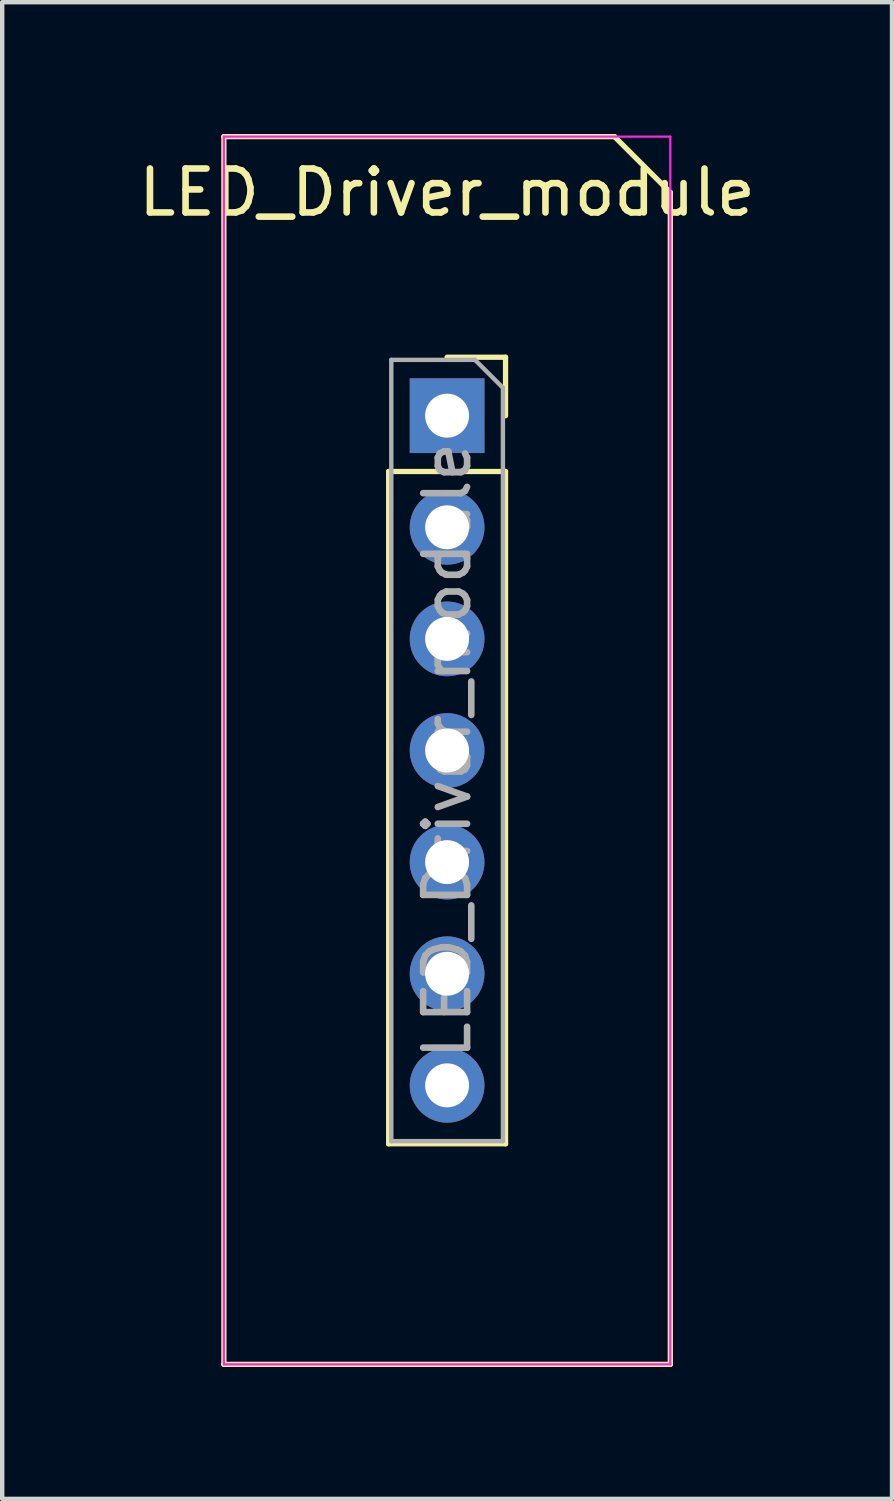
<source format=kicad_pcb>
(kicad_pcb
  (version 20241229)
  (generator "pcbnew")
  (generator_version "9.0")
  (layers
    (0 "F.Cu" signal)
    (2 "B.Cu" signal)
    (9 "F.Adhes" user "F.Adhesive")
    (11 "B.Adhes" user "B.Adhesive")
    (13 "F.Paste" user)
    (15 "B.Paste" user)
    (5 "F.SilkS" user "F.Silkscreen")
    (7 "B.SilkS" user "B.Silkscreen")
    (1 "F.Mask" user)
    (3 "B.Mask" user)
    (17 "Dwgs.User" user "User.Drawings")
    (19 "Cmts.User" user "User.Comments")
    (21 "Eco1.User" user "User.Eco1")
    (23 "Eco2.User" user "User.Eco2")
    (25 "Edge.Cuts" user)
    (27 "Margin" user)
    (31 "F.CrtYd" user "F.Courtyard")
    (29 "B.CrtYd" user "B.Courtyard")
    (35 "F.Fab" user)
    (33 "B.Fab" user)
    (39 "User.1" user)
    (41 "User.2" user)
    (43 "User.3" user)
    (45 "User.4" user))
  (footprint "LED_Driver_module"
    (layer "F.Cu")
    (at 7.125 6.41)
    (property "Reference" "LED_Driver_module" (at 0 -5.08 0) (layer "F.SilkS") (effects (font (size 1 1) (thickness 0.15))))
    (attr through_hole)
    (fp_line (start -5.08 -6.35) (end -5.08 21.59) (stroke (width 0.12) (type solid)) (layer "F.SilkS"))
    (fp_line (start -5.08 21.59) (end 5.08 21.59) (stroke (width 0.12) (type solid)) (layer "F.SilkS"))
    (fp_line (start -1.33 1.27) (end -1.33 16.57) (stroke (width 0.12) (type solid)) (layer "F.SilkS"))
    (fp_line (start -1.33 1.27) (end 1.33 1.27) (stroke (width 0.12) (type solid)) (layer "F.SilkS"))
    (fp_line (start -1.33 16.57) (end 1.33 16.57) (stroke (width 0.12) (type solid)) (layer "F.SilkS"))
    (fp_line (start 0 -1.33) (end 1.33 -1.33) (stroke (width 0.12) (type solid)) (layer "F.SilkS"))
    (fp_line (start 1.33 -1.33) (end 1.33 0) (stroke (width 0.12) (type solid)) (layer "F.SilkS"))
    (fp_line (start 1.33 1.27) (end 1.33 16.57) (stroke (width 0.12) (type solid)) (layer "F.SilkS"))
    (fp_line (start 3.81 -6.35) (end -5.08 -6.35) (stroke (width 0.12) (type solid)) (layer "F.SilkS"))
    (fp_line (start 5.08 -5.08) (end 3.81 -6.35) (stroke (width 0.12) (type solid)) (layer "F.SilkS"))
    (fp_line (start 5.08 21.59) (end 5.08 -5.08) (stroke (width 0.12) (type solid)) (layer "F.SilkS"))
    (fp_line (start -5.08 -6.35) (end 5.08 -6.35) (stroke (width 0.05) (type solid)) (layer "F.CrtYd"))
    (fp_line (start -5.08 21.59) (end -5.08 -6.35) (stroke (width 0.05) (type solid)) (layer "F.CrtYd"))
    (fp_line (start 5.08 -6.35) (end 5.08 21.59) (stroke (width 0.05) (type solid)) (layer "F.CrtYd"))
    (fp_line (start 5.08 21.59) (end -5.08 21.59) (stroke (width 0.05) (type solid)) (layer "F.CrtYd"))
    (fp_line (start -1.27 -1.27) (end 0.635 -1.27) (stroke (width 0.1) (type solid)) (layer "F.Fab"))
    (fp_line (start -1.27 16.51) (end -1.27 -1.27) (stroke (width 0.1) (type solid)) (layer "F.Fab"))
    (fp_line (start 0.635 -1.27) (end 1.27 -0.635) (stroke (width 0.1) (type solid)) (layer "F.Fab"))
    (fp_line (start 1.27 -0.635) (end 1.27 16.51) (stroke (width 0.1) (type solid)) (layer "F.Fab"))
    (fp_line (start 1.27 16.51) (end -1.27 16.51) (stroke (width 0.1) (type solid)) (layer "F.Fab"))
    (fp_text user "${REFERENCE}" (at 0 7.62 90) (layer "F.Fab") (effects (font (size 1 1) (thickness 0.15))))
    (pad "1" thru_hole rect (at 0 0) (size 1.7 1.7) (drill 1) (layers "*.Cu" "*.Mask"))
    (pad "2" thru_hole oval (at 0 2.54) (size 1.7 1.7) (drill 1) (layers "*.Cu" "*.Mask"))
    (pad "3" thru_hole oval (at 0 5.08) (size 1.7 1.7) (drill 1) (layers "*.Cu" "*.Mask"))
    (pad "4" thru_hole oval (at 0 7.62) (size 1.7 1.7) (drill 1) (layers "*.Cu" "*.Mask"))
    (pad "5" thru_hole oval (at 0 10.16) (size 1.7 1.7) (drill 1) (layers "*.Cu" "*.Mask"))
    (pad "6" thru_hole oval (at 0 12.7) (size 1.7 1.7) (drill 1) (layers "*.Cu" "*.Mask"))
    (pad "7" thru_hole oval (at 0 15.24) (size 1.7 1.7) (drill 1) (layers "*.Cu" "*.Mask")))
  (gr_rect
    (start -3 -3)
    (end 17.25 31.06)
    (stroke (width 0.1) (type default))
    (fill no)
    (layer "Edge.Cuts")))
</source>
